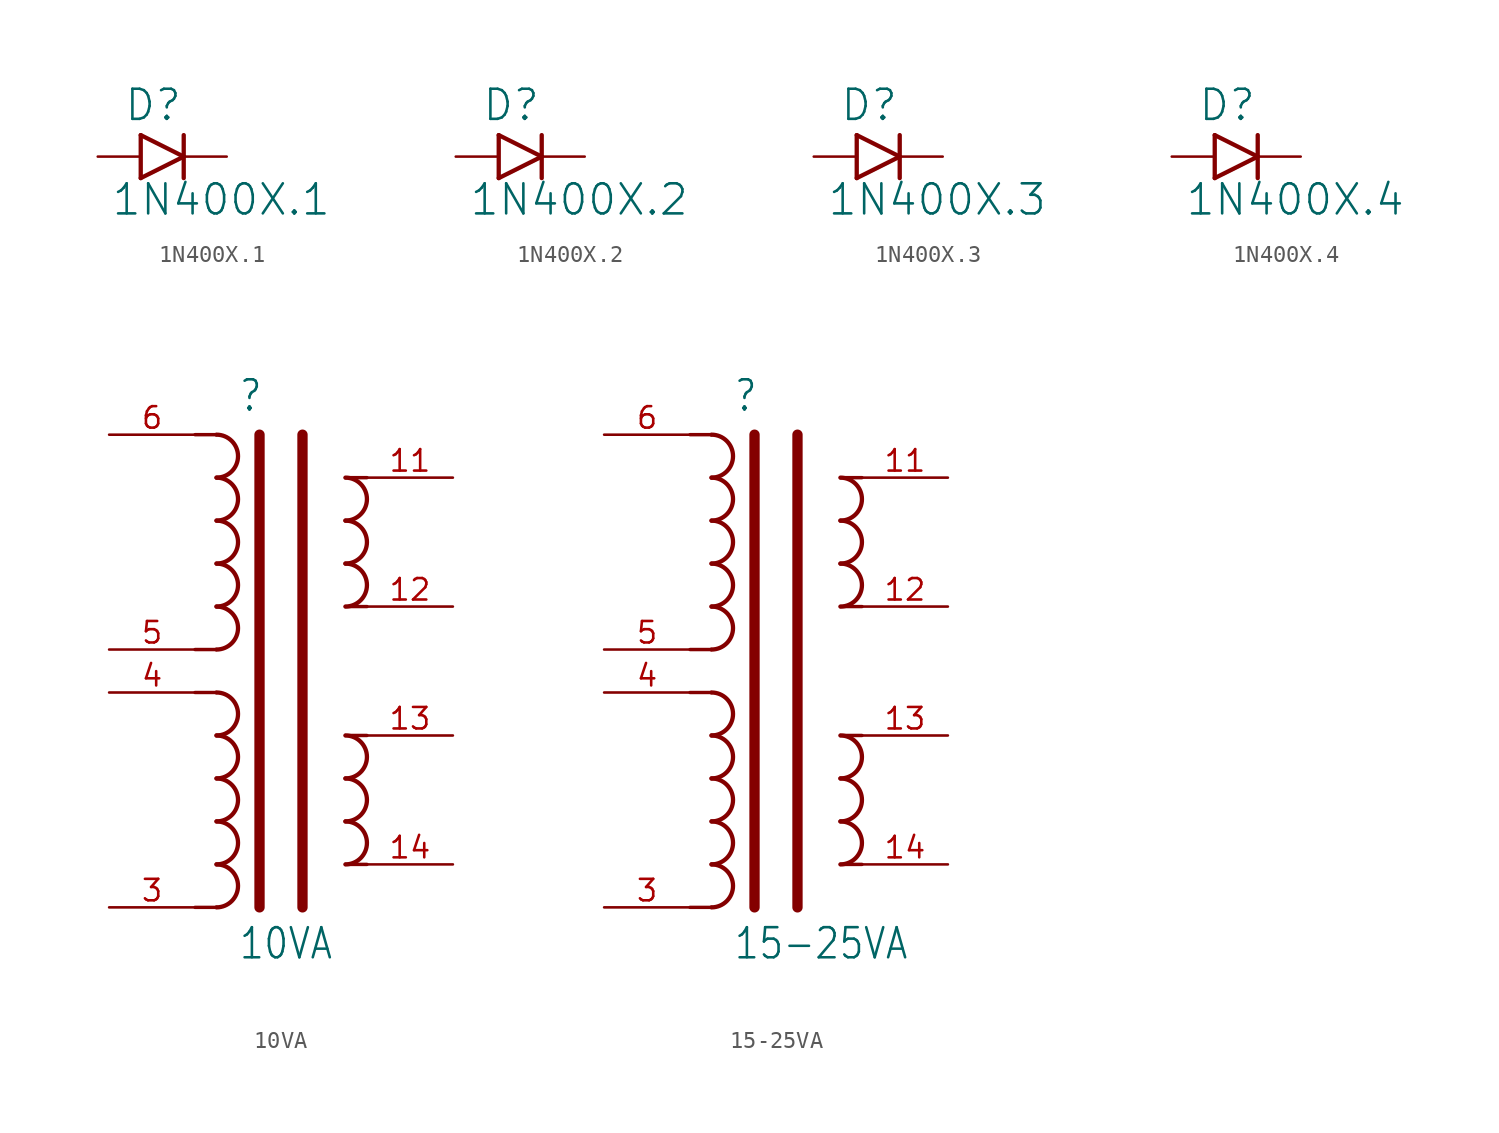
<source format=kicad_sym>
(kicad_symbol_lib
  (version 20211014)
  (generator kicad_symbol_editor)
  (symbol "1N400X.1"
    (property "Reference" "D"
      (at -3.556 2.007 0)
      (effects (font (size 1.778 1.778)) (justify left bottom)))
    (property "Value" "1N400X.1"
      (at -4.318 -3.581 0)
      (effects (font (size 1.778 1.778)) (justify left bottom)))
    (property "ki_locked" ""
      (at 0 0 0)
      (effects (font (size 1.27 1.27))))
    (symbol "1N400X.1_1_0"
      (polyline (pts (xy -2.54 -1.27) (xy 0 0)) (stroke (width 0.254) (type default) (color 0 0 0 0)) (fill (type none)))
      (polyline (pts (xy -2.54 1.27) (xy -2.54 -1.27)) (stroke (width 0.254) (type default) (color 0 0 0 0)) (fill (type none)))
      (polyline (pts (xy 0 0) (xy -2.54 1.27)) (stroke (width 0.254) (type default) (color 0 0 0 0)) (fill (type none)))
      (polyline (pts (xy 0 0) (xy 0 -1.27)) (stroke (width 0.254) (type default) (color 0 0 0 0)) (fill (type none)))
      (polyline (pts (xy 0 1.27) (xy 0 0)) (stroke (width 0.254) (type default) (color 0 0 0 0)) (fill (type none)))
      (pin passive line (at -5.08 0 0) (length 2.54) (name "A" (effects (font (size 0 0)))) (number "A" (effects (font (size 0 0)))))
      (pin passive line (at 2.54 0 180) (length 2.54) (name "C" (effects (font (size 0 0)))) (number "C" (effects (font (size 0 0)))))))
  (symbol "1N400X.2"
    (property "Reference" "D"
      (at -3.556 2.007 0)
      (effects (font (size 1.778 1.778)) (justify left bottom)))
    (property "Value" "1N400X.2"
      (at -4.318 -3.581 0)
      (effects (font (size 1.778 1.778)) (justify left bottom)))
    (property "ki_locked" ""
      (at 0 0 0)
      (effects (font (size 1.27 1.27))))
    (symbol "1N400X.2_1_0"
      (polyline (pts (xy -2.54 -1.27) (xy 0 0)) (stroke (width 0.254) (type default) (color 0 0 0 0)) (fill (type none)))
      (polyline (pts (xy -2.54 1.27) (xy -2.54 -1.27)) (stroke (width 0.254) (type default) (color 0 0 0 0)) (fill (type none)))
      (polyline (pts (xy 0 0) (xy -2.54 1.27)) (stroke (width 0.254) (type default) (color 0 0 0 0)) (fill (type none)))
      (polyline (pts (xy 0 0) (xy 0 -1.27)) (stroke (width 0.254) (type default) (color 0 0 0 0)) (fill (type none)))
      (polyline (pts (xy 0 1.27) (xy 0 0)) (stroke (width 0.254) (type default) (color 0 0 0 0)) (fill (type none)))
      (pin passive line (at -5.08 0 0) (length 2.54) (name "A" (effects (font (size 0 0)))) (number "A" (effects (font (size 0 0)))))
      (pin passive line (at 2.54 0 180) (length 2.54) (name "C" (effects (font (size 0 0)))) (number "C" (effects (font (size 0 0)))))))
  (symbol "1N400X.3"
    (property "Reference" "D"
      (at -3.556 2.007 0)
      (effects (font (size 1.778 1.778)) (justify left bottom)))
    (property "Value" "1N400X.3"
      (at -4.318 -3.581 0)
      (effects (font (size 1.778 1.778)) (justify left bottom)))
    (property "ki_locked" ""
      (at 0 0 0)
      (effects (font (size 1.27 1.27))))
    (symbol "1N400X.3_1_0"
      (polyline (pts (xy -2.54 -1.27) (xy 0 0)) (stroke (width 0.254) (type default) (color 0 0 0 0)) (fill (type none)))
      (polyline (pts (xy -2.54 1.27) (xy -2.54 -1.27)) (stroke (width 0.254) (type default) (color 0 0 0 0)) (fill (type none)))
      (polyline (pts (xy 0 0) (xy -2.54 1.27)) (stroke (width 0.254) (type default) (color 0 0 0 0)) (fill (type none)))
      (polyline (pts (xy 0 0) (xy 0 -1.27)) (stroke (width 0.254) (type default) (color 0 0 0 0)) (fill (type none)))
      (polyline (pts (xy 0 1.27) (xy 0 0)) (stroke (width 0.254) (type default) (color 0 0 0 0)) (fill (type none)))
      (pin passive line (at -5.08 0 0) (length 2.54) (name "A" (effects (font (size 0 0)))) (number "A" (effects (font (size 0 0)))))
      (pin passive line (at 2.54 0 180) (length 2.54) (name "C" (effects (font (size 0 0)))) (number "C" (effects (font (size 0 0)))))))
  (symbol "1N400X.4"
    (property "Reference" "D"
      (at -3.556 2.007 0)
      (effects (font (size 1.778 1.778)) (justify left bottom)))
    (property "Value" "1N400X.4"
      (at -4.318 -3.581 0)
      (effects (font (size 1.778 1.778)) (justify left bottom)))
    (property "ki_locked" ""
      (at 0 0 0)
      (effects (font (size 1.27 1.27))))
    (symbol "1N400X.4_1_0"
      (polyline (pts (xy -2.54 -1.27) (xy 0 0)) (stroke (width 0.254) (type default) (color 0 0 0 0)) (fill (type none)))
      (polyline (pts (xy -2.54 1.27) (xy -2.54 -1.27)) (stroke (width 0.254) (type default) (color 0 0 0 0)) (fill (type none)))
      (polyline (pts (xy 0 0) (xy -2.54 1.27)) (stroke (width 0.254) (type default) (color 0 0 0 0)) (fill (type none)))
      (polyline (pts (xy 0 0) (xy 0 -1.27)) (stroke (width 0.254) (type default) (color 0 0 0 0)) (fill (type none)))
      (polyline (pts (xy 0 1.27) (xy 0 0)) (stroke (width 0.254) (type default) (color 0 0 0 0)) (fill (type none)))
      (pin passive line (at -5.08 0 0) (length 2.54) (name "A" (effects (font (size 0 0)))) (number "A" (effects (font (size 0 0)))))
      (pin passive line (at 2.54 0 180) (length 2.54) (name "C" (effects (font (size 0 0)))) (number "C" (effects (font (size 0 0)))))))
  (symbol "10VA"
    (property "Reference" ""
      (at -2.54 13.97 0)
      (effects (font (size 1.778 1.511)) (justify left bottom)))
    (property "Value" "10VA"
      (at -2.54 -18.415 0)
      (effects (font (size 1.778 1.511)) (justify left bottom)))
    (property "ki_locked" ""
      (at 0 0 0)
      (effects (font (size 1.27 1.27))))
    (symbol "10VA_1_0"
      (arc (start -3.81 -15.24) (mid -2.54 -13.97) (end -3.81 -12.7) (stroke (width 0.254) (type default) (color 0 0 0 0)) (fill (type none)))
      (arc (start -3.81 -12.7) (mid -2.54 -11.43) (end -3.81 -10.16) (stroke (width 0.254) (type default) (color 0 0 0 0)) (fill (type none)))
      (arc (start -3.81 -10.16) (mid -2.54 -8.89) (end -3.81 -7.62) (stroke (width 0.254) (type default) (color 0 0 0 0)) (fill (type none)))
      (arc (start -3.81 -7.62) (mid -2.54 -6.35) (end -3.81 -5.08) (stroke (width 0.254) (type default) (color 0 0 0 0)) (fill (type none)))
      (arc (start -3.81 -5.08) (mid -2.54 -3.81) (end -3.81 -2.54) (stroke (width 0.254) (type default) (color 0 0 0 0)) (fill (type none)))
      (arc (start -3.81 0) (mid -2.54 1.27) (end -3.81 2.54) (stroke (width 0.254) (type default) (color 0 0 0 0)) (fill (type none)))
      (arc (start -3.81 2.54) (mid -2.54 3.81) (end -3.81 5.08) (stroke (width 0.254) (type default) (color 0 0 0 0)) (fill (type none)))
      (arc (start -3.81 5.08) (mid -2.54 6.35) (end -3.81 7.62) (stroke (width 0.254) (type default) (color 0 0 0 0)) (fill (type none)))
      (arc (start -3.81 7.62) (mid -2.54 8.89) (end -3.81 10.16) (stroke (width 0.254) (type default) (color 0 0 0 0)) (fill (type none)))
      (arc (start -3.81 10.16) (mid -2.54 11.43) (end -3.81 12.7) (stroke (width 0.254) (type default) (color 0 0 0 0)) (fill (type none)))
      (polyline (pts (xy -3.81 -15.24) (xy -5.08 -15.24)) (stroke (width 0.203) (type default) (color 0 0 0 0)) (fill (type none)))
      (polyline (pts (xy -3.81 -2.54) (xy -5.08 -2.54)) (stroke (width 0.203) (type default) (color 0 0 0 0)) (fill (type none)))
      (polyline (pts (xy -3.81 0) (xy -5.08 0)) (stroke (width 0.203) (type default) (color 0 0 0 0)) (fill (type none)))
      (polyline (pts (xy -3.81 12.7) (xy -5.08 12.7)) (stroke (width 0.203) (type default) (color 0 0 0 0)) (fill (type none)))
      (polyline (pts (xy -1.27 12.7) (xy -1.27 -15.24)) (stroke (width 0.61) (type default) (color 0 0 0 0)) (fill (type none)))
      (polyline (pts (xy 1.27 12.7) (xy 1.27 -15.24)) (stroke (width 0.61) (type default) (color 0 0 0 0)) (fill (type none)))
      (polyline (pts (xy 3.81 -12.7) (xy 5.08 -12.7)) (stroke (width 0.203) (type default) (color 0 0 0 0)) (fill (type none)))
      (polyline (pts (xy 3.81 -5.08) (xy 5.08 -5.08)) (stroke (width 0.203) (type default) (color 0 0 0 0)) (fill (type none)))
      (polyline (pts (xy 3.81 2.54) (xy 5.08 2.54)) (stroke (width 0.203) (type default) (color 0 0 0 0)) (fill (type none)))
      (polyline (pts (xy 3.81 10.16) (xy 5.08 10.16)) (stroke (width 0.203) (type default) (color 0 0 0 0)) (fill (type none)))
      (arc (start 3.81 -12.7) (mid 5.08 -11.43) (end 3.81 -10.16) (stroke (width 0.254) (type default) (color 0 0 0 0)) (fill (type none)))
      (arc (start 3.81 -10.16) (mid 5.08 -8.89) (end 3.81 -7.62) (stroke (width 0.254) (type default) (color 0 0 0 0)) (fill (type none)))
      (arc (start 3.81 -7.62) (mid 5.08 -6.35) (end 3.81 -5.08) (stroke (width 0.254) (type default) (color 0 0 0 0)) (fill (type none)))
      (arc (start 3.81 2.54) (mid 5.08 3.81) (end 3.81 5.08) (stroke (width 0.254) (type default) (color 0 0 0 0)) (fill (type none)))
      (arc (start 3.81 5.08) (mid 5.08 6.35) (end 3.81 7.62) (stroke (width 0.254) (type default) (color 0 0 0 0)) (fill (type none)))
      (arc (start 3.81 7.62) (mid 5.08 8.89) (end 3.81 10.16) (stroke (width 0.254) (type default) (color 0 0 0 0)) (fill (type none)))
      (pin passive line (at 10.16 10.16 180) (length 5.08) (name "11" (effects (font (size 0 0)))) (number "11" (effects (font (size 1.27 1.27)))))
      (pin passive line (at 10.16 2.54 180) (length 5.08) (name "12" (effects (font (size 0 0)))) (number "12" (effects (font (size 1.27 1.27)))))
      (pin passive line (at 10.16 -5.08 180) (length 5.08) (name "13" (effects (font (size 0 0)))) (number "13" (effects (font (size 1.27 1.27)))))
      (pin passive line (at 10.16 -12.7 180) (length 5.08) (name "14" (effects (font (size 0 0)))) (number "14" (effects (font (size 1.27 1.27)))))
      (pin passive line (at -10.16 -15.24 0) (length 5.08) (name "3" (effects (font (size 0 0)))) (number "3" (effects (font (size 1.27 1.27)))))
      (pin passive line (at -10.16 -2.54 0) (length 5.08) (name "4" (effects (font (size 0 0)))) (number "4" (effects (font (size 1.27 1.27)))))
      (pin passive line (at -10.16 0 0) (length 5.08) (name "5" (effects (font (size 0 0)))) (number "5" (effects (font (size 1.27 1.27)))))
      (pin passive line (at -10.16 12.7 0) (length 5.08) (name "6" (effects (font (size 0 0)))) (number "6" (effects (font (size 1.27 1.27)))))))
  (symbol "15-25VA"
    (property "Reference" ""
      (at -2.54 13.97 0)
      (effects (font (size 1.778 1.511)) (justify left bottom)))
    (property "Value" "15-25VA"
      (at -2.54 -18.415 0)
      (effects (font (size 1.778 1.511)) (justify left bottom)))
    (property "ki_locked" ""
      (at 0 0 0)
      (effects (font (size 1.27 1.27))))
    (symbol "15-25VA_1_0"
      (arc (start -3.81 -15.24) (mid -2.54 -13.97) (end -3.81 -12.7) (stroke (width 0.254) (type default) (color 0 0 0 0)) (fill (type none)))
      (arc (start -3.81 -12.7) (mid -2.54 -11.43) (end -3.81 -10.16) (stroke (width 0.254) (type default) (color 0 0 0 0)) (fill (type none)))
      (arc (start -3.81 -10.16) (mid -2.54 -8.89) (end -3.81 -7.62) (stroke (width 0.254) (type default) (color 0 0 0 0)) (fill (type none)))
      (arc (start -3.81 -7.62) (mid -2.54 -6.35) (end -3.81 -5.08) (stroke (width 0.254) (type default) (color 0 0 0 0)) (fill (type none)))
      (arc (start -3.81 -5.08) (mid -2.54 -3.81) (end -3.81 -2.54) (stroke (width 0.254) (type default) (color 0 0 0 0)) (fill (type none)))
      (arc (start -3.81 0) (mid -2.54 1.27) (end -3.81 2.54) (stroke (width 0.254) (type default) (color 0 0 0 0)) (fill (type none)))
      (arc (start -3.81 2.54) (mid -2.54 3.81) (end -3.81 5.08) (stroke (width 0.254) (type default) (color 0 0 0 0)) (fill (type none)))
      (arc (start -3.81 5.08) (mid -2.54 6.35) (end -3.81 7.62) (stroke (width 0.254) (type default) (color 0 0 0 0)) (fill (type none)))
      (arc (start -3.81 7.62) (mid -2.54 8.89) (end -3.81 10.16) (stroke (width 0.254) (type default) (color 0 0 0 0)) (fill (type none)))
      (arc (start -3.81 10.16) (mid -2.54 11.43) (end -3.81 12.7) (stroke (width 0.254) (type default) (color 0 0 0 0)) (fill (type none)))
      (polyline (pts (xy -3.81 -15.24) (xy -5.08 -15.24)) (stroke (width 0.203) (type default) (color 0 0 0 0)) (fill (type none)))
      (polyline (pts (xy -3.81 -2.54) (xy -5.08 -2.54)) (stroke (width 0.203) (type default) (color 0 0 0 0)) (fill (type none)))
      (polyline (pts (xy -3.81 0) (xy -5.08 0)) (stroke (width 0.203) (type default) (color 0 0 0 0)) (fill (type none)))
      (polyline (pts (xy -3.81 12.7) (xy -5.08 12.7)) (stroke (width 0.203) (type default) (color 0 0 0 0)) (fill (type none)))
      (polyline (pts (xy -1.27 12.7) (xy -1.27 -15.24)) (stroke (width 0.61) (type default) (color 0 0 0 0)) (fill (type none)))
      (polyline (pts (xy 1.27 12.7) (xy 1.27 -15.24)) (stroke (width 0.61) (type default) (color 0 0 0 0)) (fill (type none)))
      (polyline (pts (xy 3.81 -12.7) (xy 5.08 -12.7)) (stroke (width 0.203) (type default) (color 0 0 0 0)) (fill (type none)))
      (polyline (pts (xy 3.81 -5.08) (xy 5.08 -5.08)) (stroke (width 0.203) (type default) (color 0 0 0 0)) (fill (type none)))
      (polyline (pts (xy 3.81 2.54) (xy 5.08 2.54)) (stroke (width 0.203) (type default) (color 0 0 0 0)) (fill (type none)))
      (polyline (pts (xy 3.81 10.16) (xy 5.08 10.16)) (stroke (width 0.203) (type default) (color 0 0 0 0)) (fill (type none)))
      (arc (start 3.81 -12.7) (mid 5.08 -11.43) (end 3.81 -10.16) (stroke (width 0.254) (type default) (color 0 0 0 0)) (fill (type none)))
      (arc (start 3.81 -10.16) (mid 5.08 -8.89) (end 3.81 -7.62) (stroke (width 0.254) (type default) (color 0 0 0 0)) (fill (type none)))
      (arc (start 3.81 -7.62) (mid 5.08 -6.35) (end 3.81 -5.08) (stroke (width 0.254) (type default) (color 0 0 0 0)) (fill (type none)))
      (arc (start 3.81 2.54) (mid 5.08 3.81) (end 3.81 5.08) (stroke (width 0.254) (type default) (color 0 0 0 0)) (fill (type none)))
      (arc (start 3.81 5.08) (mid 5.08 6.35) (end 3.81 7.62) (stroke (width 0.254) (type default) (color 0 0 0 0)) (fill (type none)))
      (arc (start 3.81 7.62) (mid 5.08 8.89) (end 3.81 10.16) (stroke (width 0.254) (type default) (color 0 0 0 0)) (fill (type none)))
      (pin passive line (at 10.16 10.16 180) (length 5.08) (name "11" (effects (font (size 0 0)))) (number "11" (effects (font (size 1.27 1.27)))))
      (pin passive line (at 10.16 2.54 180) (length 5.08) (name "12" (effects (font (size 0 0)))) (number "12" (effects (font (size 1.27 1.27)))))
      (pin passive line (at 10.16 -5.08 180) (length 5.08) (name "13" (effects (font (size 0 0)))) (number "13" (effects (font (size 1.27 1.27)))))
      (pin passive line (at 10.16 -12.7 180) (length 5.08) (name "14" (effects (font (size 0 0)))) (number "14" (effects (font (size 1.27 1.27)))))
      (pin passive line (at -10.16 -15.24 0) (length 5.08) (name "3" (effects (font (size 0 0)))) (number "3" (effects (font (size 1.27 1.27)))))
      (pin passive line (at -10.16 -2.54 0) (length 5.08) (name "4" (effects (font (size 0 0)))) (number "4" (effects (font (size 1.27 1.27)))))
      (pin passive line (at -10.16 0 0) (length 5.08) (name "5" (effects (font (size 0 0)))) (number "5" (effects (font (size 1.27 1.27)))))
      (pin passive line (at -10.16 12.7 0) (length 5.08) (name "6" (effects (font (size 0 0)))) (number "6" (effects (font (size 1.27 1.27))))))))
</source>
